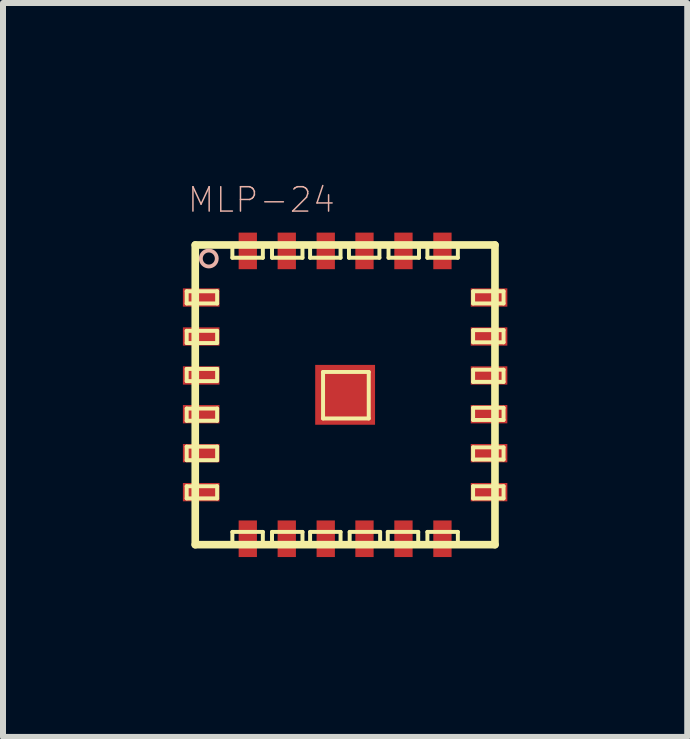
<source format=kicad_pcb>
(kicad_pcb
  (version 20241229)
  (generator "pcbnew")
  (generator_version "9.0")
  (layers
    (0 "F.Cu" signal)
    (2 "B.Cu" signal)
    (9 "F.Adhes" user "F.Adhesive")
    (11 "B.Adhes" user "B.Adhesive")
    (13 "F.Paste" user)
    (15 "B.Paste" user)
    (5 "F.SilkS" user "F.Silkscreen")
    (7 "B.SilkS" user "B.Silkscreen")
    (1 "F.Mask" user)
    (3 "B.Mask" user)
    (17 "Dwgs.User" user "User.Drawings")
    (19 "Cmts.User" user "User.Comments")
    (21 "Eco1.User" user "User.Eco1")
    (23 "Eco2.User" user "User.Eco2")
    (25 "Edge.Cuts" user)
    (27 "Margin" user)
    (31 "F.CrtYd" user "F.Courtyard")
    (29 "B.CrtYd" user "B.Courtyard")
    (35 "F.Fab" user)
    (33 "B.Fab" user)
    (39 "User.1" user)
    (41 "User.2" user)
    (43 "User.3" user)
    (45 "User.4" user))
  (footprint "MLP-24"
    (layer "F.Cu")
    (at 2.705 3.534)
    (property "Reference" "MLP-24" (at -1.397 -3.251 0) (layer "B.SilkS") (effects (font (size 0.406 0.406) (thickness 0.025))))
    (attr smd)
    (fp_line (start -2.642 -1.727) (end -2.134 -1.727) (stroke (width 0.066) (type solid)) (layer "F.SilkS"))
    (fp_line (start -2.642 -1.524) (end -2.642 -1.727) (stroke (width 0.066) (type solid)) (layer "F.SilkS"))
    (fp_line (start -2.642 -1.524) (end -2.134 -1.524) (stroke (width 0.066) (type solid)) (layer "F.SilkS"))
    (fp_line (start -2.642 -1.067) (end -2.134 -1.067) (stroke (width 0.066) (type solid)) (layer "F.SilkS"))
    (fp_line (start -2.642 -0.864) (end -2.642 -1.067) (stroke (width 0.066) (type solid)) (layer "F.SilkS"))
    (fp_line (start -2.642 -0.864) (end -2.134 -0.864) (stroke (width 0.066) (type solid)) (layer "F.SilkS"))
    (fp_line (start -2.642 -0.432) (end -2.134 -0.432) (stroke (width 0.066) (type solid)) (layer "F.SilkS"))
    (fp_line (start -2.642 -0.229) (end -2.642 -0.432) (stroke (width 0.066) (type solid)) (layer "F.SilkS"))
    (fp_line (start -2.642 -0.229) (end -2.134 -0.229) (stroke (width 0.066) (type solid)) (layer "F.SilkS"))
    (fp_line (start -2.642 0.229) (end -2.134 0.229) (stroke (width 0.066) (type solid)) (layer "F.SilkS"))
    (fp_line (start -2.642 0.432) (end -2.642 0.229) (stroke (width 0.066) (type solid)) (layer "F.SilkS"))
    (fp_line (start -2.642 0.432) (end -2.134 0.432) (stroke (width 0.066) (type solid)) (layer "F.SilkS"))
    (fp_line (start -2.642 0.864) (end -2.134 0.864) (stroke (width 0.066) (type solid)) (layer "F.SilkS"))
    (fp_line (start -2.642 1.09) (end -2.642 0.864) (stroke (width 0.066) (type solid)) (layer "F.SilkS"))
    (fp_line (start -2.642 1.09) (end -2.134 1.09) (stroke (width 0.066) (type solid)) (layer "F.SilkS"))
    (fp_line (start -2.642 1.524) (end -2.134 1.524) (stroke (width 0.066) (type solid)) (layer "F.SilkS"))
    (fp_line (start -2.642 1.727) (end -2.642 1.524) (stroke (width 0.066) (type solid)) (layer "F.SilkS"))
    (fp_line (start -2.642 1.727) (end -2.134 1.727) (stroke (width 0.066) (type solid)) (layer "F.SilkS"))
    (fp_line (start -2.499 -2.499) (end 2.499 -2.499) (stroke (width 0.127) (type solid)) (layer "F.SilkS"))
    (fp_line (start -2.499 2.499) (end -2.499 -2.499) (stroke (width 0.127) (type solid)) (layer "F.SilkS"))
    (fp_line (start -2.134 -1.524) (end -2.134 -1.727) (stroke (width 0.066) (type solid)) (layer "F.SilkS"))
    (fp_line (start -2.134 -0.864) (end -2.134 -1.067) (stroke (width 0.066) (type solid)) (layer "F.SilkS"))
    (fp_line (start -2.134 -0.229) (end -2.134 -0.432) (stroke (width 0.066) (type solid)) (layer "F.SilkS"))
    (fp_line (start -2.134 0.432) (end -2.134 0.229) (stroke (width 0.066) (type solid)) (layer "F.SilkS"))
    (fp_line (start -2.134 1.09) (end -2.134 0.864) (stroke (width 0.066) (type solid)) (layer "F.SilkS"))
    (fp_line (start -2.134 1.727) (end -2.134 1.524) (stroke (width 0.066) (type solid)) (layer "F.SilkS"))
    (fp_line (start -1.88 -2.489) (end -1.372 -2.489) (stroke (width 0.066) (type solid)) (layer "F.SilkS"))
    (fp_line (start -1.88 -2.286) (end -1.88 -2.489) (stroke (width 0.066) (type solid)) (layer "F.SilkS"))
    (fp_line (start -1.88 -2.286) (end -1.372 -2.286) (stroke (width 0.066) (type solid)) (layer "F.SilkS"))
    (fp_line (start -1.88 2.286) (end -1.372 2.286) (stroke (width 0.066) (type solid)) (layer "F.SilkS"))
    (fp_line (start -1.88 2.489) (end -1.88 2.286) (stroke (width 0.066) (type solid)) (layer "F.SilkS"))
    (fp_line (start -1.88 2.489) (end -1.372 2.489) (stroke (width 0.066) (type solid)) (layer "F.SilkS"))
    (fp_line (start -1.372 -2.286) (end -1.372 -2.489) (stroke (width 0.066) (type solid)) (layer "F.SilkS"))
    (fp_line (start -1.372 2.489) (end -1.372 2.286) (stroke (width 0.066) (type solid)) (layer "F.SilkS"))
    (fp_line (start -1.219 -2.489) (end -0.711 -2.489) (stroke (width 0.066) (type solid)) (layer "F.SilkS"))
    (fp_line (start -1.219 -2.286) (end -1.219 -2.489) (stroke (width 0.066) (type solid)) (layer "F.SilkS"))
    (fp_line (start -1.219 -2.286) (end -0.711 -2.286) (stroke (width 0.066) (type solid)) (layer "F.SilkS"))
    (fp_line (start -1.219 2.286) (end -0.711 2.286) (stroke (width 0.066) (type solid)) (layer "F.SilkS"))
    (fp_line (start -1.219 2.489) (end -1.219 2.286) (stroke (width 0.066) (type solid)) (layer "F.SilkS"))
    (fp_line (start -1.219 2.489) (end -0.711 2.489) (stroke (width 0.066) (type solid)) (layer "F.SilkS"))
    (fp_line (start -0.711 -2.286) (end -0.711 -2.489) (stroke (width 0.066) (type solid)) (layer "F.SilkS"))
    (fp_line (start -0.711 2.489) (end -0.711 2.286) (stroke (width 0.066) (type solid)) (layer "F.SilkS"))
    (fp_line (start -0.584 -2.489) (end -0.076 -2.489) (stroke (width 0.066) (type solid)) (layer "F.SilkS"))
    (fp_line (start -0.584 -2.286) (end -0.584 -2.489) (stroke (width 0.066) (type solid)) (layer "F.SilkS"))
    (fp_line (start -0.584 -2.286) (end -0.076 -2.286) (stroke (width 0.066) (type solid)) (layer "F.SilkS"))
    (fp_line (start -0.584 2.286) (end -0.076 2.286) (stroke (width 0.066) (type solid)) (layer "F.SilkS"))
    (fp_line (start -0.584 2.489) (end -0.584 2.286) (stroke (width 0.066) (type solid)) (layer "F.SilkS"))
    (fp_line (start -0.584 2.489) (end -0.076 2.489) (stroke (width 0.066) (type solid)) (layer "F.SilkS"))
    (fp_line (start -0.368 -0.381) (end 0.394 -0.381) (stroke (width 0.066) (type solid)) (layer "F.SilkS"))
    (fp_line (start -0.368 0.394) (end -0.368 -0.381) (stroke (width 0.066) (type solid)) (layer "F.SilkS"))
    (fp_line (start -0.368 0.394) (end 0.394 0.394) (stroke (width 0.066) (type solid)) (layer "F.SilkS"))
    (fp_line (start -0.076 -2.286) (end -0.076 -2.489) (stroke (width 0.066) (type solid)) (layer "F.SilkS"))
    (fp_line (start -0.076 2.489) (end -0.076 2.286) (stroke (width 0.066) (type solid)) (layer "F.SilkS"))
    (fp_line (start 0.064 -2.489) (end 0.572 -2.489) (stroke (width 0.066) (type solid)) (layer "F.SilkS"))
    (fp_line (start 0.064 -2.286) (end 0.064 -2.489) (stroke (width 0.066) (type solid)) (layer "F.SilkS"))
    (fp_line (start 0.064 -2.286) (end 0.572 -2.286) (stroke (width 0.066) (type solid)) (layer "F.SilkS"))
    (fp_line (start 0.076 2.286) (end 0.584 2.286) (stroke (width 0.066) (type solid)) (layer "F.SilkS"))
    (fp_line (start 0.076 2.489) (end 0.076 2.286) (stroke (width 0.066) (type solid)) (layer "F.SilkS"))
    (fp_line (start 0.076 2.489) (end 0.584 2.489) (stroke (width 0.066) (type solid)) (layer "F.SilkS"))
    (fp_line (start 0.394 0.394) (end 0.394 -0.381) (stroke (width 0.066) (type solid)) (layer "F.SilkS"))
    (fp_line (start 0.572 -2.286) (end 0.572 -2.489) (stroke (width 0.066) (type solid)) (layer "F.SilkS"))
    (fp_line (start 0.584 2.489) (end 0.584 2.286) (stroke (width 0.066) (type solid)) (layer "F.SilkS"))
    (fp_line (start 0.711 2.286) (end 1.219 2.286) (stroke (width 0.066) (type solid)) (layer "F.SilkS"))
    (fp_line (start 0.711 2.489) (end 0.711 2.286) (stroke (width 0.066) (type solid)) (layer "F.SilkS"))
    (fp_line (start 0.711 2.489) (end 1.219 2.489) (stroke (width 0.066) (type solid)) (layer "F.SilkS"))
    (fp_line (start 0.724 -2.489) (end 1.232 -2.489) (stroke (width 0.066) (type solid)) (layer "F.SilkS"))
    (fp_line (start 0.724 -2.286) (end 0.724 -2.489) (stroke (width 0.066) (type solid)) (layer "F.SilkS"))
    (fp_line (start 0.724 -2.286) (end 1.232 -2.286) (stroke (width 0.066) (type solid)) (layer "F.SilkS"))
    (fp_line (start 1.219 2.489) (end 1.219 2.286) (stroke (width 0.066) (type solid)) (layer "F.SilkS"))
    (fp_line (start 1.232 -2.286) (end 1.232 -2.489) (stroke (width 0.066) (type solid)) (layer "F.SilkS"))
    (fp_line (start 1.372 -2.489) (end 1.88 -2.489) (stroke (width 0.066) (type solid)) (layer "F.SilkS"))
    (fp_line (start 1.372 -2.286) (end 1.372 -2.489) (stroke (width 0.066) (type solid)) (layer "F.SilkS"))
    (fp_line (start 1.372 -2.286) (end 1.88 -2.286) (stroke (width 0.066) (type solid)) (layer "F.SilkS"))
    (fp_line (start 1.372 2.286) (end 1.88 2.286) (stroke (width 0.066) (type solid)) (layer "F.SilkS"))
    (fp_line (start 1.372 2.489) (end 1.372 2.286) (stroke (width 0.066) (type solid)) (layer "F.SilkS"))
    (fp_line (start 1.372 2.489) (end 1.88 2.489) (stroke (width 0.066) (type solid)) (layer "F.SilkS"))
    (fp_line (start 1.88 -2.286) (end 1.88 -2.489) (stroke (width 0.066) (type solid)) (layer "F.SilkS"))
    (fp_line (start 1.88 2.489) (end 1.88 2.286) (stroke (width 0.066) (type solid)) (layer "F.SilkS"))
    (fp_line (start 2.134 -1.727) (end 2.642 -1.727) (stroke (width 0.066) (type solid)) (layer "F.SilkS"))
    (fp_line (start 2.134 -1.524) (end 2.134 -1.727) (stroke (width 0.066) (type solid)) (layer "F.SilkS"))
    (fp_line (start 2.134 -1.524) (end 2.642 -1.524) (stroke (width 0.066) (type solid)) (layer "F.SilkS"))
    (fp_line (start 2.134 -1.079) (end 2.642 -1.079) (stroke (width 0.066) (type solid)) (layer "F.SilkS"))
    (fp_line (start 2.134 -0.876) (end 2.134 -1.079) (stroke (width 0.066) (type solid)) (layer "F.SilkS"))
    (fp_line (start 2.134 -0.876) (end 2.642 -0.876) (stroke (width 0.066) (type solid)) (layer "F.SilkS"))
    (fp_line (start 2.134 -0.419) (end 2.642 -0.419) (stroke (width 0.066) (type solid)) (layer "F.SilkS"))
    (fp_line (start 2.134 -0.216) (end 2.134 -0.419) (stroke (width 0.066) (type solid)) (layer "F.SilkS"))
    (fp_line (start 2.134 -0.216) (end 2.642 -0.216) (stroke (width 0.066) (type solid)) (layer "F.SilkS"))
    (fp_line (start 2.134 0.216) (end 2.642 0.216) (stroke (width 0.066) (type solid)) (layer "F.SilkS"))
    (fp_line (start 2.134 0.419) (end 2.134 0.216) (stroke (width 0.066) (type solid)) (layer "F.SilkS"))
    (fp_line (start 2.134 0.419) (end 2.642 0.419) (stroke (width 0.066) (type solid)) (layer "F.SilkS"))
    (fp_line (start 2.134 0.876) (end 2.642 0.876) (stroke (width 0.066) (type solid)) (layer "F.SilkS"))
    (fp_line (start 2.134 1.079) (end 2.134 0.876) (stroke (width 0.066) (type solid)) (layer "F.SilkS"))
    (fp_line (start 2.134 1.079) (end 2.642 1.079) (stroke (width 0.066) (type solid)) (layer "F.SilkS"))
    (fp_line (start 2.134 1.524) (end 2.642 1.524) (stroke (width 0.066) (type solid)) (layer "F.SilkS"))
    (fp_line (start 2.134 1.727) (end 2.134 1.524) (stroke (width 0.066) (type solid)) (layer "F.SilkS"))
    (fp_line (start 2.134 1.727) (end 2.642 1.727) (stroke (width 0.066) (type solid)) (layer "F.SilkS"))
    (fp_line (start 2.499 -2.499) (end 2.499 2.499) (stroke (width 0.127) (type solid)) (layer "F.SilkS"))
    (fp_line (start 2.499 2.499) (end -2.499 2.499) (stroke (width 0.127) (type solid)) (layer "F.SilkS"))
    (fp_line (start 2.642 -1.524) (end 2.642 -1.727) (stroke (width 0.066) (type solid)) (layer "F.SilkS"))
    (fp_line (start 2.642 -0.876) (end 2.642 -1.079) (stroke (width 0.066) (type solid)) (layer "F.SilkS"))
    (fp_line (start 2.642 -0.216) (end 2.642 -0.419) (stroke (width 0.066) (type solid)) (layer "F.SilkS"))
    (fp_line (start 2.642 0.419) (end 2.642 0.216) (stroke (width 0.066) (type solid)) (layer "F.SilkS"))
    (fp_line (start 2.642 1.079) (end 2.642 0.876) (stroke (width 0.066) (type solid)) (layer "F.SilkS"))
    (fp_line (start 2.642 1.727) (end 2.642 1.524) (stroke (width 0.066) (type solid)) (layer "F.SilkS"))
    (fp_circle (center -2.273 -2.273) (end -2.367 -2.367) (stroke (width 0.064) (type solid)) (fill no) (layer "B.SilkS"))
    (pad "0" smd rect (at 0 0) (size 0.998 0.998) (layers "F.Cu" "F.Mask" "F.Paste"))
    (pad "1" smd rect (at -2.4 -1.623) (size 0.61 0.305) (layers "F.Cu" "F.Mask" "F.Paste"))
    (pad "2" smd rect (at -2.4 -0.973) (size 0.61 0.305) (layers "F.Cu" "F.Mask" "F.Paste"))
    (pad "3" smd rect (at -2.4 -0.323) (size 0.61 0.305) (layers "F.Cu" "F.Mask" "F.Paste"))
    (pad "4" smd rect (at -2.4 0.323) (size 0.61 0.305) (layers "F.Cu" "F.Mask" "F.Paste"))
    (pad "5" smd rect (at -2.4 0.973) (size 0.61 0.305) (layers "F.Cu" "F.Mask" "F.Paste"))
    (pad "6" smd rect (at -2.4 1.623) (size 0.61 0.305) (layers "F.Cu" "F.Mask" "F.Paste"))
    (pad "7" smd rect (at -1.623 2.4 90) (size 0.61 0.305) (layers "F.Cu" "F.Mask" "F.Paste"))
    (pad "8" smd rect (at -0.973 2.4 90) (size 0.61 0.305) (layers "F.Cu" "F.Mask" "F.Paste"))
    (pad "9" smd rect (at -0.323 2.4 90) (size 0.61 0.305) (layers "F.Cu" "F.Mask" "F.Paste"))
    (pad "10" smd rect (at 0.323 2.4 90) (size 0.61 0.305) (layers "F.Cu" "F.Mask" "F.Paste"))
    (pad "11" smd rect (at 0.973 2.4 90) (size 0.61 0.305) (layers "F.Cu" "F.Mask" "F.Paste"))
    (pad "12" smd rect (at 1.623 2.4 90) (size 0.61 0.305) (layers "F.Cu" "F.Mask" "F.Paste"))
    (pad "13" smd rect (at 2.4 1.623 180) (size 0.61 0.305) (layers "F.Cu" "F.Mask" "F.Paste"))
    (pad "14" smd rect (at 2.4 0.973 180) (size 0.61 0.305) (layers "F.Cu" "F.Mask" "F.Paste"))
    (pad "15" smd rect (at 2.4 0.323 180) (size 0.61 0.305) (layers "F.Cu" "F.Mask" "F.Paste"))
    (pad "16" smd rect (at 2.4 -0.323 180) (size 0.61 0.305) (layers "F.Cu" "F.Mask" "F.Paste"))
    (pad "17" smd rect (at 2.4 -0.973 180) (size 0.61 0.305) (layers "F.Cu" "F.Mask" "F.Paste"))
    (pad "18" smd rect (at 2.4 -1.623 180) (size 0.61 0.305) (layers "F.Cu" "F.Mask" "F.Paste"))
    (pad "19" smd rect (at 1.623 -2.4 270) (size 0.61 0.305) (layers "F.Cu" "F.Mask" "F.Paste"))
    (pad "20" smd rect (at 0.973 -2.4 270) (size 0.61 0.305) (layers "F.Cu" "F.Mask" "F.Paste"))
    (pad "21" smd rect (at 0.323 -2.4 270) (size 0.61 0.305) (layers "F.Cu" "F.Mask" "F.Paste"))
    (pad "22" smd rect (at -0.323 -2.4 270) (size 0.61 0.305) (layers "F.Cu" "F.Mask" "F.Paste"))
    (pad "23" smd rect (at -0.973 -2.4 270) (size 0.61 0.305) (layers "F.Cu" "F.Mask" "F.Paste"))
    (pad "24" smd rect (at -1.623 -2.4 270) (size 0.61 0.305) (layers "F.Cu" "F.Mask" "F.Paste")))
  (gr_rect
    (start -3 -3)
    (end 8.41 9.239)
    (stroke (width 0.1) (type default))
    (fill no)
    (layer "Edge.Cuts")))
</source>
